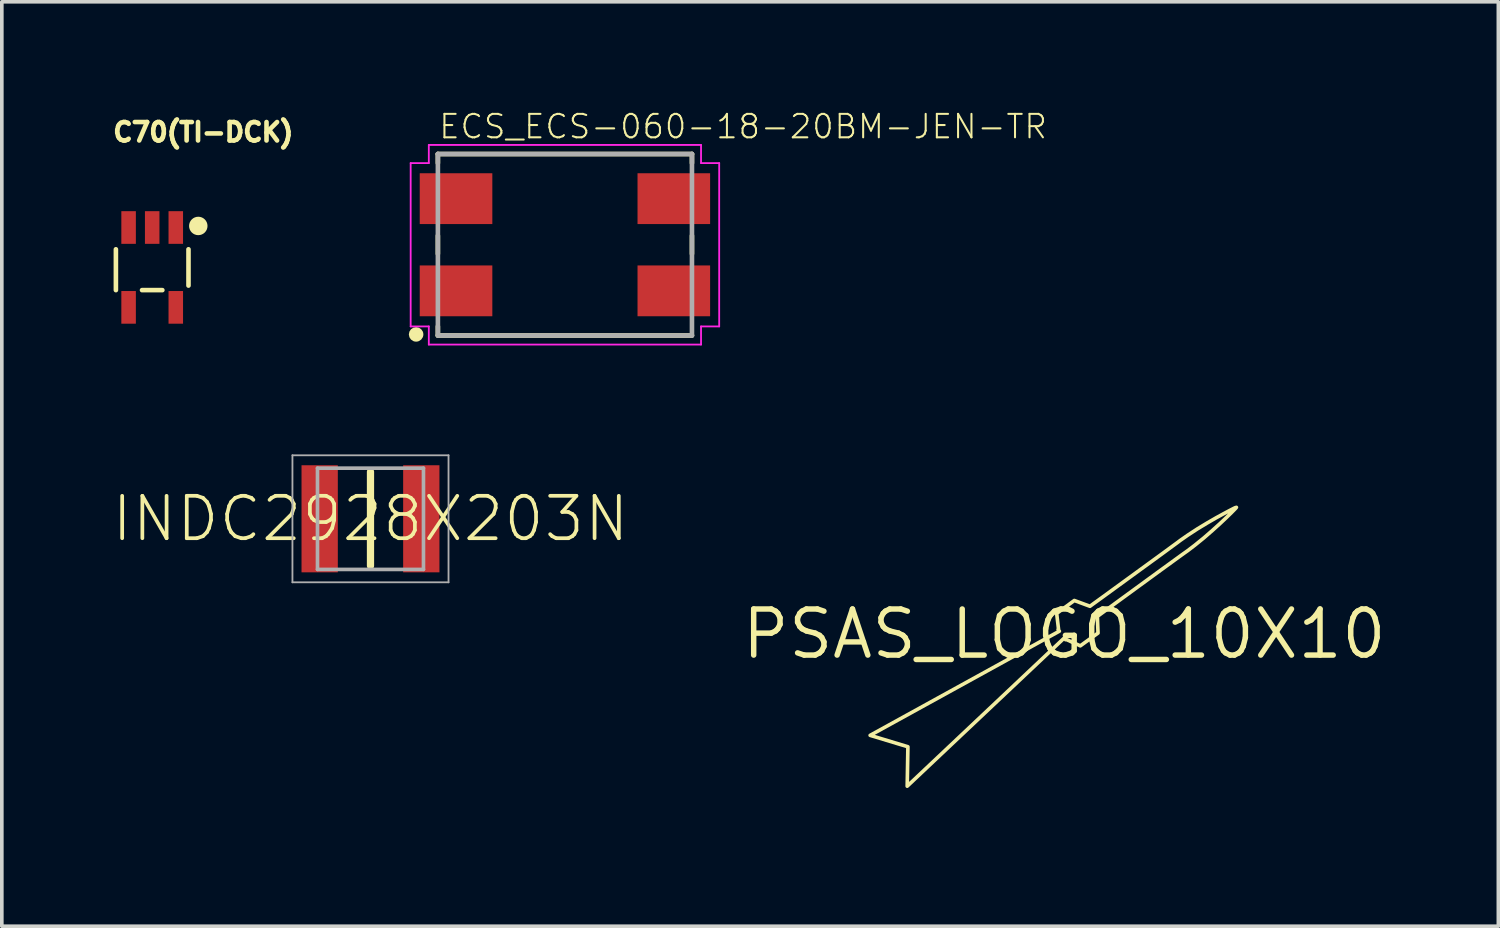
<source format=kicad_pcb>
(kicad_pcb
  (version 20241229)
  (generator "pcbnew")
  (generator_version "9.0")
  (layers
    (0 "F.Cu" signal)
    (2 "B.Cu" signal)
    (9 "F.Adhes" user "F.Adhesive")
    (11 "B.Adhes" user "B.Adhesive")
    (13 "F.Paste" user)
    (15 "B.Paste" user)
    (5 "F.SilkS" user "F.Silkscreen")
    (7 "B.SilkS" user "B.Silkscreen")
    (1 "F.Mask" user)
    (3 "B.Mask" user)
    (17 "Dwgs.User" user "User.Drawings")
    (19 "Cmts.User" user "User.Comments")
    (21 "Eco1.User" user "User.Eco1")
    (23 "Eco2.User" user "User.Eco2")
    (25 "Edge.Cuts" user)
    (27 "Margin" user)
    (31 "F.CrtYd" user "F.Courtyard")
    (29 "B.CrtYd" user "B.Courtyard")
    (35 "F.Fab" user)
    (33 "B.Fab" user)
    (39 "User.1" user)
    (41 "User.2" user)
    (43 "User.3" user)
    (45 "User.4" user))
  (footprint "INDC2928X203N"
    (layer "F.Cu")
    (at 7.157 11.243)
    (property "Reference" "INDC2928X203N" (at 0 0 0) (layer "F.SilkS") (effects (font (size 1.168 1.168) (thickness 0.102))))
    (fp_line (start 0 -1.295) (end 0 1.295) (stroke (width 0.2) (type solid)) (layer "F.SilkS"))
    (fp_line (start -2.15 -1.75) (end 2.15 -1.75) (stroke (width 0.05) (type solid)) (layer "F.Fab"))
    (fp_line (start -2.15 1.75) (end -2.15 -1.75) (stroke (width 0.05) (type solid)) (layer "F.Fab"))
    (fp_line (start -1.46 -1.395) (end 1.46 -1.395) (stroke (width 0.1) (type solid)) (layer "F.Fab"))
    (fp_line (start -1.46 1.395) (end -1.46 -1.395) (stroke (width 0.1) (type solid)) (layer "F.Fab"))
    (fp_line (start 1.46 -1.395) (end 1.46 1.395) (stroke (width 0.1) (type solid)) (layer "F.Fab"))
    (fp_line (start 1.46 1.395) (end -1.46 1.395) (stroke (width 0.1) (type solid)) (layer "F.Fab"))
    (fp_line (start 2.15 -1.75) (end 2.15 1.75) (stroke (width 0.05) (type solid)) (layer "F.Fab"))
    (fp_line (start 2.15 1.75) (end -2.15 1.75) (stroke (width 0.05) (type solid)) (layer "F.Fab"))
    (pad "1" smd rect (at -1.4 0 90) (size 2.95 1) (layers "F.Cu" "F.Mask" "F.Paste"))
    (pad "2" smd rect (at 1.4 0 90) (size 2.95 1) (layers "F.Cu" "F.Mask" "F.Paste")))
  (footprint "C70(TI-DCK)"
    (layer "F.Cu")
    (at 1.143 4.318)
    (property "Reference" "C70(TI-DCK)" (at -1.143 -3.429 0) (layer "F.SilkS") (effects (font (size 0.508 0.508) (thickness 0.127)) (justify left bottom)))
    (fp_line (start -1 -0.5) (end -1 0.625) (stroke (width 0.127) (type solid)) (layer "F.SilkS"))
    (fp_line (start -0.28 0.625) (end 0.28 0.625) (stroke (width 0.127) (type solid)) (layer "F.SilkS"))
    (fp_line (start 1 -0.5) (end 1 0.5) (stroke (width 0.127) (type solid)) (layer "F.SilkS"))
    (fp_circle (center 1.27 -1.143) (end 1.397 -1.143) (stroke (width 0.254) (type solid)) (fill no) (layer "F.SilkS"))
    (pad "1" smd rect (at 0.65 -1.1) (size 0.4 0.9) (layers "F.Cu" "F.Mask" "F.Paste"))
    (pad "2" smd rect (at 0 -1.1) (size 0.4 0.9) (layers "F.Cu" "F.Mask" "F.Paste"))
    (pad "3" smd rect (at -0.65 -1.1) (size 0.4 0.9) (layers "F.Cu" "F.Mask" "F.Paste"))
    (pad "4" smd rect (at -0.65 1.1) (size 0.4 0.9) (layers "F.Cu" "F.Mask" "F.Paste"))
    (pad "5" smd rect (at 0.65 1.1) (size 0.4 0.9) (layers "F.Cu" "F.Mask" "F.Paste")))
  (footprint "ECS_ECS-060-18-20BM-JEN-TR"
    (layer "F.Cu")
    (at 12.514 3.693)
    (property "Reference" "ECS_ECS-060-18-20BM-JEN-TR" (at -3.51 -2.878 0) (layer "F.SilkS") (effects (font (size 0.646 0.646) (thickness 0.056)) (justify left bottom)))
    (fp_line (start -3.5 -2.5) (end -3.5 -2.25) (stroke (width 0.127) (type solid)) (layer "F.SilkS"))
    (fp_line (start -3.5 -2.5) (end 3.5 -2.5) (stroke (width 0.127) (type solid)) (layer "F.SilkS"))
    (fp_line (start -3.5 0.25) (end -3.5 -0.25) (stroke (width 0.127) (type solid)) (layer "F.SilkS"))
    (fp_line (start -3.5 2.25) (end -3.5 2.5) (stroke (width 0.127) (type solid)) (layer "F.SilkS"))
    (fp_line (start 3.5 -2.5) (end 3.5 -2.25) (stroke (width 0.127) (type solid)) (layer "F.SilkS"))
    (fp_line (start 3.5 0.25) (end 3.5 -0.25) (stroke (width 0.127) (type solid)) (layer "F.SilkS"))
    (fp_line (start 3.5 2.5) (end -3.5 2.5) (stroke (width 0.127) (type solid)) (layer "F.SilkS"))
    (fp_circle (center -4.1 2.47) (end -4 2.47) (stroke (width 0.2) (type solid)) (fill no) (layer "F.SilkS"))
    (fp_line (start -4.25 -2.25) (end -4.25 2.25) (stroke (width 0.05) (type solid)) (layer "F.CrtYd"))
    (fp_line (start -4.25 2.25) (end -3.75 2.25) (stroke (width 0.05) (type solid)) (layer "F.CrtYd"))
    (fp_line (start -3.75 -2.75) (end -3.75 -2.25) (stroke (width 0.05) (type solid)) (layer "F.CrtYd"))
    (fp_line (start -3.75 -2.25) (end -4.25 -2.25) (stroke (width 0.05) (type solid)) (layer "F.CrtYd"))
    (fp_line (start -3.75 2.25) (end -3.75 2.75) (stroke (width 0.05) (type solid)) (layer "F.CrtYd"))
    (fp_line (start -3.75 2.75) (end 3.75 2.75) (stroke (width 0.05) (type solid)) (layer "F.CrtYd"))
    (fp_line (start 3.75 -2.75) (end -3.75 -2.75) (stroke (width 0.05) (type solid)) (layer "F.CrtYd"))
    (fp_line (start 3.75 -2.25) (end 3.75 -2.75) (stroke (width 0.05) (type solid)) (layer "F.CrtYd"))
    (fp_line (start 3.75 2.25) (end 4.25 2.25) (stroke (width 0.05) (type solid)) (layer "F.CrtYd"))
    (fp_line (start 3.75 2.75) (end 3.75 2.25) (stroke (width 0.05) (type solid)) (layer "F.CrtYd"))
    (fp_line (start 4.25 -2.25) (end 3.75 -2.25) (stroke (width 0.05) (type solid)) (layer "F.CrtYd"))
    (fp_line (start 4.25 2.25) (end 4.25 -2.25) (stroke (width 0.05) (type solid)) (layer "F.CrtYd"))
    (fp_line (start -3.5 -2.5) (end 3.5 -2.5) (stroke (width 0.127) (type solid)) (layer "F.Fab"))
    (fp_line (start -3.5 2.5) (end -3.5 -2.5) (stroke (width 0.127) (type solid)) (layer "F.Fab"))
    (fp_line (start 3.5 -2.5) (end 3.5 2.5) (stroke (width 0.127) (type solid)) (layer "F.Fab"))
    (fp_line (start 3.5 2.5) (end -3.5 2.5) (stroke (width 0.127) (type solid)) (layer "F.Fab"))
    (pad "1" smd rect (at -3 1.27 90) (size 1.4 2) (layers "F.Cu" "F.Mask" "F.Paste"))
    (pad "2" smd rect (at 3 1.27 90) (size 1.4 2) (layers "F.Cu" "F.Mask" "F.Paste"))
    (pad "3" smd rect (at 3 -1.27 90) (size 1.4 2) (layers "F.Cu" "F.Mask" "F.Paste"))
    (pad "4" smd rect (at -3 -1.27 90) (size 1.4 2) (layers "F.Cu" "F.Mask" "F.Paste")))
  (footprint "PSAS_LOGO_10X10"
    (layer "F.Cu")
    (at 26.272 14.418)
    (property "Reference" "PSAS_LOGO_10X10" (at 0 0 0) (layer "F.SilkS") (effects (font (size 1.27 1.27) (thickness 0.15))))
    (fp_poly (pts (xy 1.001 0.896) (xy 0.518 0.896) (xy 0.518 1.303) (xy 1.001 1.303) (xy 1.001 1.682) (xy 0.518 1.682) (xy 0.518 2.231) (xy 0.141 2.231) (xy 0.141 0.837) (xy 0.169 0.734) (xy 0.245 0.621) (xy 0.358 0.545) (xy 0.462 0.517) (xy 1.001 0.517)) (stroke (width 0.1) (type solid)) (fill no) (layer "F.Mask"))
    (fp_poly (pts (xy 1.637 0.545) (xy 1.751 0.621) (xy 1.827 0.734) (xy 1.856 0.837) (xy 1.856 2.231) (xy 1.474 2.231) (xy 1.474 1.682) (xy 0.991 1.682) (xy 0.991 1.303) (xy 1.474 1.303) (xy 1.474 0.896) (xy 0.991 0.896) (xy 0.991 0.517) (xy 1.533 0.517)) (stroke (width 0.1) (type solid)) (fill no) (layer "F.Mask"))
    (fp_poly (pts (xy -3.865 0.52) (xy -3.363 0.52) (xy -3.363 0.896) (xy -3.851 0.896) (xy -3.851 1.291) (xy -3.363 1.291) (xy -3.363 1.672) (xy -3.851 1.672) (xy -3.851 2.231) (xy -4.228 2.231) (xy -4.228 0.901) (xy -4.23 0.864) (xy -4.205 0.75) (xy -4.129 0.628) (xy -4.011 0.548) (xy -3.901 0.519)) (stroke (width 0.1) (type solid)) (fill no) (layer "F.Mask"))
    (fp_poly (pts (xy -2.729 0.548) (xy -2.615 0.624) (xy -2.538 0.737) (xy -2.51 0.84) (xy -2.51 1.35) (xy -2.538 1.453) (xy -2.615 1.566) (xy -2.729 1.642) (xy -2.833 1.67) (xy -2.867 1.67) (xy -3.369 1.672) (xy -3.369 1.291) (xy -2.891 1.291) (xy -2.891 0.896) (xy -3.369 0.896) (xy -3.369 0.52) (xy -2.833 0.52)) (stroke (width 0.1) (type solid)) (fill no) (layer "F.Mask"))
    (fp_poly (pts (xy -0.598 0.545) (xy -0.485 0.621) (xy -0.409 0.734) (xy -0.38 0.837) (xy -0.38 1.036) (xy -0.762 1.036) (xy -0.762 0.896) (xy -1.718 0.896) (xy -1.718 1.185) (xy -0.701 1.185) (xy -0.598 1.212) (xy -0.485 1.288) (xy -0.409 1.401) (xy -0.38 1.505) (xy -0.38 1.911) (xy -0.409 2.015) (xy -0.485 2.128) (xy -0.598 2.204) (xy -0.701 2.231) (xy -1.774 2.231) (xy -1.878 2.204) (xy -1.991 2.128) (xy -2.067 2.015) (xy -2.095 1.911) (xy -2.095 1.712) (xy -1.718 1.712) (xy -1.718 1.852) (xy -0.762 1.852) (xy -0.762 1.564) (xy -1.774 1.564) (xy -1.878 1.536) (xy -1.991 1.46) (xy -2.067 1.347) (xy -2.095 1.243) (xy -2.095 0.837) (xy -2.067 0.734) (xy -1.991 0.621) (xy -1.878 0.545) (xy -1.774 0.517) (xy -0.701 0.517)) (stroke (width 0.1) (type solid)) (fill no) (layer "F.Mask"))
    (fp_poly (pts (xy 3.873 0.545) (xy 3.986 0.621) (xy 4.063 0.734) (xy 4.091 0.837) (xy 4.091 1.036) (xy 3.709 1.036) (xy 3.709 0.896) (xy 2.754 0.896) (xy 2.754 1.185) (xy 3.77 1.185) (xy 3.873 1.212) (xy 3.986 1.288) (xy 4.063 1.401) (xy 4.091 1.505) (xy 4.091 1.911) (xy 4.063 2.015) (xy 3.986 2.128) (xy 3.873 2.204) (xy 3.77 2.231) (xy 2.697 2.231) (xy 2.593 2.204) (xy 2.48 2.128) (xy 2.404 2.015) (xy 2.377 1.911) (xy 2.377 1.712) (xy 2.754 1.712) (xy 2.754 1.852) (xy 3.709 1.852) (xy 3.709 1.564) (xy 2.697 1.564) (xy 2.593 1.536) (xy 2.48 1.46) (xy 2.404 1.347) (xy 2.377 1.243) (xy 2.377 0.837) (xy 2.404 0.734) (xy 2.48 0.621) (xy 2.593 0.545) (xy 2.697 0.517) (xy 3.77 0.517)) (stroke (width 0.1) (type solid)) (fill no) (layer "F.Mask"))
    (fp_poly (pts (xy 0.051 -4.368) (xy 0.341 -4.223) (xy 0.613 -3.99) (xy 0.864 -3.676) (xy 1.093 -3.286) (xy 1.298 -2.827) (xy 1.478 -2.305) (xy 1.597 -1.872) (xy 1.632 -1.72) (xy 1.617 -1.72) (xy 1.595 -1.72) (xy 1.562 -1.857) (xy 1.446 -2.255) (xy 1.267 -2.735) (xy 1.063 -3.157) (xy 0.837 -3.515) (xy 0.594 -3.803) (xy 0.337 -4.016) (xy 0.07 -4.148) (xy -0.135 -4.193) (xy -0.286 -4.193) (xy -0.539 -4.123) (xy -0.861 -3.92) (xy -1.163 -3.596) (xy -1.44 -3.161) (xy -1.685 -2.627) (xy -1.894 -2.004) (xy -2.061 -1.305) (xy -2.158 -0.732) (xy -2.18 -0.54) (xy -2.183 -0.518) (xy -2.186 -0.452) (xy -2.185 -0.358) (xy -2.178 -0.274) (xy -2.17 -0.232) (xy -2.164 -0.218) (xy -2.175 -0.206) (xy -2.252 -0.165) (xy -2.377 -0.143) (xy -2.41 -0.144) (xy -2.427 -0.144) (xy -2.479 -0.153) (xy -2.544 -0.172) (xy -2.595 -0.195) (xy -2.618 -0.21) (xy -2.623 -0.218) (xy -2.613 -0.246) (xy -2.568 -0.379) (xy -2.536 -0.511) (xy -2.533 -0.537) (xy -2.512 -0.74) (xy -2.409 -1.343) (xy -2.222 -2.083) (xy -1.979 -2.743) (xy -1.692 -3.312) (xy -1.367 -3.776) (xy -1.013 -4.124) (xy -0.64 -4.342) (xy -0.353 -4.417) (xy -0.18 -4.417)) (stroke (width 0.1) (type solid)) (fill no) (layer "F.Mask"))
    (fp_poly (pts (xy 0.994 -0.546) (xy 0.911 -0.485) (xy 0.929 -0.027) (xy 0.441 0.325) (xy 0.047 0.147) (xy 0.034 0.156) (xy -0.000198 0.108) (xy -4.328 4.192) (xy -4.309 3.106) (xy -5.349 2.791) (xy -0.136 -0.079) (xy -0.171 -0.127) (xy -0.159 -0.135) (xy -0.21 -0.567) (xy 0.276 -0.924) (xy 0.707 -0.765) (xy 0.79 -0.826) (xy 1.046 -1.011) (xy 1.407 -1.274) (xy 1.774 -1.541) (xy 2.13 -1.8) (xy 2.46 -2.04) (xy 2.748 -2.25) (xy 2.978 -2.419) (xy 3.096 -2.505) (xy 3.135 -2.534) (xy 3.2 -2.583) (xy 3.401 -2.723) (xy 3.672 -2.9) (xy 3.937 -3.06) (xy 4.181 -3.201) (xy 4.393 -3.317) (xy 4.56 -3.406) (xy 4.669 -3.462) (xy 4.709 -3.481) (xy 4.742 -3.49) (xy 4.72 -3.462) (xy 4.689 -3.43) (xy 4.603 -3.343) (xy 4.468 -3.211) (xy 4.292 -3.045) (xy 4.083 -2.856) (xy 3.85 -2.653) (xy 3.599 -2.449) (xy 3.404 -2.3) (xy 3.338 -2.253) (xy 3.298 -2.225) (xy 3.18 -2.14) (xy 2.949 -1.972) (xy 2.661 -1.763) (xy 2.332 -1.523) (xy 1.976 -1.263) (xy 1.61 -0.996) (xy 1.249 -0.732)) (stroke (width 0.1) (type solid)) (fill no) (layer "F.SilkS"))
    (zone (net_name "") (layer "F.Cu") (hatch edge 0.508) (connect_pads) (min_thickness 0.254) (filled_areas_thickness no) (keepout (tracks not_allowed) (vias not_allowed) (pads not_allowed) (copperpour not_allowed) (footprints allowed)) (placement (enabled no)) (fill) (polygon (pts (xy 27.627 12.177) (xy 27.677 12.343) (xy 27.739 12.567) (xy 27.471 12.527) (xy 26.507 12.463) (xy 25.865 12.463) (xy 24.902 12.527) (xy 24.434 12.597) (xy 24.452 12.493) (xy 24.468 12.424) (xy 24.674 11.81) (xy 24.915 11.287) (xy 25.183 10.865) (xy 25.471 10.556) (xy 25.771 10.367) (xy 25.997 10.305) (xy 26.126 10.305) (xy 26.309 10.345) (xy 26.556 10.467) (xy 26.798 10.667) (xy 27.032 10.943) (xy 27.251 11.291) (xy 27.451 11.704))))
    (zone (net_name "") (layer "F.Cu") (hatch edge 0.508) (connect_pads) (min_thickness 0.254) (filled_areas_thickness no) (keepout (tracks not_allowed) (vias not_allowed) (pads not_allowed) (copperpour not_allowed) (footprints allowed)) (placement (enabled no)) (fill) (polygon (pts (xy 26.283 9.934) (xy 26.135 9.906) (xy 25.939 9.906) (xy 25.627 9.988) (xy 25.233 10.218) (xy 24.865 10.58) (xy 24.531 11.057) (xy 24.237 11.637) (xy 23.992 12.307) (xy 23.919 12.594) (xy 23.897 12.698) (xy 23.687 12.729) (xy 22.481 13.034) (xy 21.673 13.309) (xy 21.586 13.656) (xy 21.535 13.988) (xy 21.511 14.35) (xy 21.511 14.586) (xy 21.536 14.948) (xy 21.607 15.418) (xy 21.723 15.868) (xy 21.881 16.301) (xy 22.08 16.712) (xy 22.315 17.1) (xy 22.586 17.463) (xy 22.89 17.797) (xy 23.225 18.101) (xy 23.587 18.372) (xy 23.975 18.608) (xy 24.387 18.806) (xy 24.819 18.964) (xy 25.27 19.08) (xy 25.74 19.152) (xy 26.101 19.177) (xy 26.283 19.177) (xy 26.283 19.468) (xy 26.092 19.468) (xy 25.708 19.442) (xy 25.212 19.366) (xy 24.733 19.243) (xy 24.273 19.075) (xy 23.836 18.864) (xy 23.424 18.614) (xy 23.039 18.326) (xy 22.684 18.004) (xy 22.361 17.649) (xy 22.074 17.264) (xy 21.823 16.851) (xy 21.613 16.414) (xy 21.445 15.955) (xy 21.321 15.476) (xy 21.246 14.98) (xy 21.22 14.596) (xy 21.219 14.34) (xy 21.245 13.957) (xy 21.31 13.532) (xy 21.324 13.449) (xy 21.444 12.981) (xy 21.612 12.522) (xy 21.823 12.085) (xy 22.073 11.672) (xy 22.361 11.287) (xy 22.684 10.932) (xy 23.039 10.61) (xy 23.424 10.322) (xy 23.836 10.071) (xy 24.273 9.861) (xy 24.732 9.693) (xy 25.212 9.569) (xy 25.708 9.494) (xy 26.092 9.468) (xy 26.283 9.468))))
    (zone (net_name "") (layer "F.Cu") (hatch edge 0.508) (connect_pads) (min_thickness 0.254) (filled_areas_thickness no) (keepout (tracks not_allowed) (vias not_allowed) (pads not_allowed) (copperpour not_allowed) (footprints allowed)) (placement (enabled no)) (fill) (polygon (pts (xy 26.283 19.468) (xy 26.347 19.468) (xy 26.731 19.442) (xy 27.227 19.366) (xy 27.706 19.243) (xy 28.166 19.075) (xy 28.603 18.864) (xy 29.015 18.614) (xy 29.4 18.326) (xy 29.755 18.004) (xy 30.078 17.649) (xy 30.366 17.264) (xy 30.616 16.851) (xy 30.827 16.414) (xy 30.995 15.955) (xy 31.118 15.476) (xy 31.194 14.98) (xy 31.22 14.596) (xy 31.219 14.34) (xy 31.194 13.957) (xy 31.129 13.535) (xy 31.116 13.449) (xy 31.115 13.449) (xy 30.995 12.981) (xy 30.826 12.522) (xy 30.616 12.085) (xy 30.366 11.672) (xy 30.078 11.287) (xy 29.755 10.932) (xy 29.4 10.61) (xy 29.015 10.322) (xy 28.603 10.071) (xy 28.166 9.861) (xy 27.706 9.693) (xy 27.227 9.569) (xy 26.731 9.494) (xy 26.347 9.468) (xy 26.283 9.468) (xy 26.283 9.934) (xy 26.383 9.959) (xy 26.387 9.96) (xy 26.698 10.115) (xy 26.985 10.361) (xy 27.247 10.688) (xy 27.482 11.088) (xy 27.691 11.556) (xy 27.873 12.085) (xy 28.017 12.619) (xy 28.752 12.729) (xy 29.958 13.034) (xy 30.788 13.316) (xy 30.853 13.655) (xy 30.904 13.988) (xy 30.928 14.35) (xy 30.929 14.586) (xy 30.904 14.948) (xy 30.833 15.418) (xy 30.717 15.868) (xy 30.558 16.301) (xy 30.36 16.712) (xy 30.124 17.1) (xy 29.853 17.463) (xy 29.549 17.797) (xy 29.214 18.101) (xy 28.852 18.372) (xy 28.464 18.608) (xy 28.052 18.806) (xy 27.62 18.964) (xy 27.169 19.08) (xy 26.699 19.152) (xy 26.337 19.177) (xy 26.283 19.177)))))
  (gr_rect
    (start -3 -3)
    (end 38.23 22.468)
    (stroke (width 0.1) (type default))
    (fill no)
    (layer "Edge.Cuts")))
</source>
